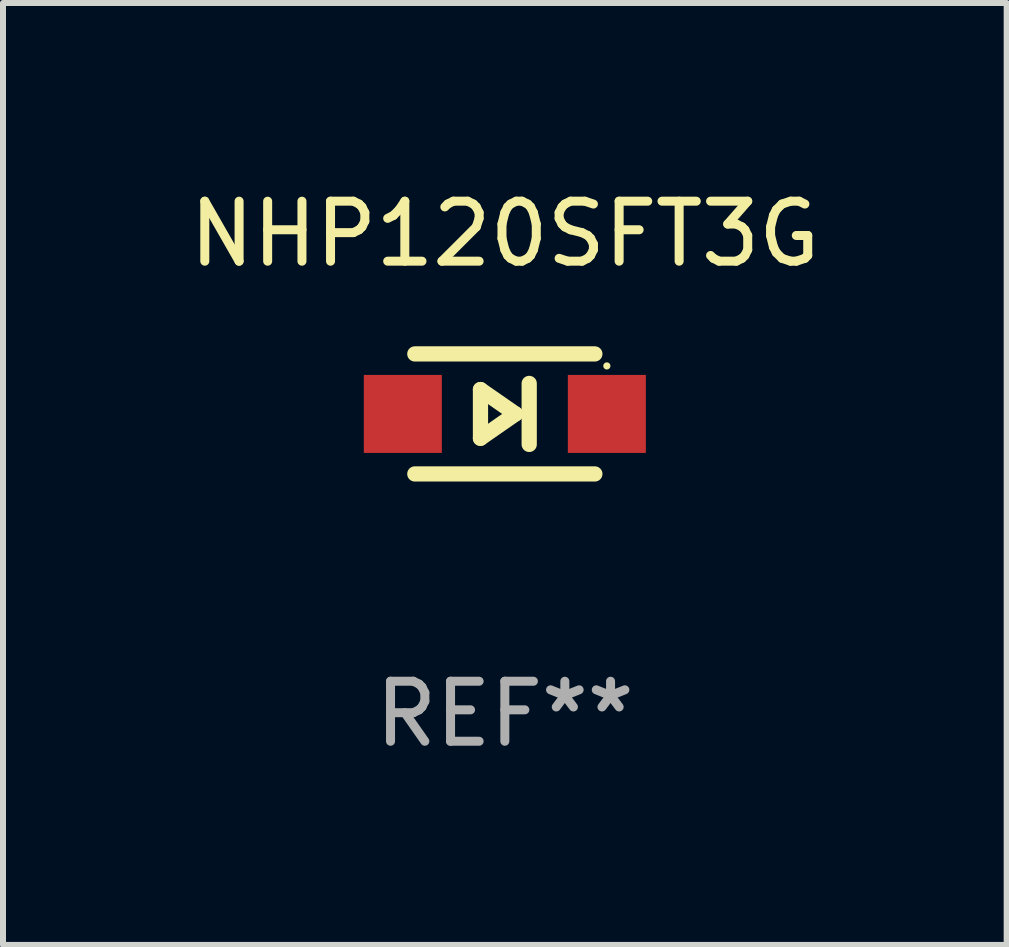
<source format=kicad_pcb>
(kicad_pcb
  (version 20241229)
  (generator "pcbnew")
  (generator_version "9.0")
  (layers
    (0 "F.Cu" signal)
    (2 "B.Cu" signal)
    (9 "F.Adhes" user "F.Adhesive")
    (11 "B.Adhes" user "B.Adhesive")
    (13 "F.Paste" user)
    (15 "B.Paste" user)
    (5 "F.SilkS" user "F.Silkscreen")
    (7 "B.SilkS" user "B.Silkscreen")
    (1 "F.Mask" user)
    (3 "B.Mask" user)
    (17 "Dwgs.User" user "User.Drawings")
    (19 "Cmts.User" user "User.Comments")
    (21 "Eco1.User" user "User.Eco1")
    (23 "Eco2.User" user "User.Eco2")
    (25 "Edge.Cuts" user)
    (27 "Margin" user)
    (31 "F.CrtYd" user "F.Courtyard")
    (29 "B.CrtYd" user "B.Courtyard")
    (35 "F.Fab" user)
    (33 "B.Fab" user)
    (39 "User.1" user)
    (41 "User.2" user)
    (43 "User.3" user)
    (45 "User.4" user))
  (footprint "NHP120SFT3G"
    (layer "F.Cu")
    (at 5.363 3.848)
    (property "Reference" "NHP120SFT3G" (at 0 -3 0) (layer "F.SilkS") (effects (font (size 1 1) (thickness 0.15))))
    (attr through_hole)
    (fp_line (start -1.5 -1) (end 1.5 -1) (stroke (width 0.254) (type solid)) (layer "F.SilkS"))
    (fp_line (start -0.406 -0.406) (end 0.178 0) (stroke (width 0.254) (type solid)) (layer "F.SilkS"))
    (fp_line (start -0.406 0.406) (end -0.406 -0.406) (stroke (width 0.254) (type solid)) (layer "F.SilkS"))
    (fp_line (start 0.178 0) (end -0.406 0.406) (stroke (width 0.254) (type solid)) (layer "F.SilkS"))
    (fp_line (start 0.406 0.508) (end 0.406 -0.508) (stroke (width 0.254) (type solid)) (layer "F.SilkS"))
    (fp_line (start 1.5 1) (end -1.5 1) (stroke (width 0.254) (type solid)) (layer "F.SilkS"))
    (fp_circle (center 1.7 -0.8) (end 1.73 -0.8) (stroke (width 0.06) (type solid)) (fill no) (layer "F.SilkS"))
    (fp_text user "REF**" (at 0 5 0) (layer "F.Fab") (effects (font (size 1 1) (thickness 0.15))))
    (pad "1" smd rect (at 1.7 0 180) (size 1.3 1.3) (layers "F.Cu" "F.Mask" "F.Paste"))
    (pad "2" smd rect (at -1.7 0 180) (size 1.3 1.3) (layers "F.Cu" "F.Mask" "F.Paste")))
  (gr_rect
    (start -3 -3)
    (end 13.726 12.697)
    (stroke (width 0.1) (type default))
    (fill no)
    (layer "Edge.Cuts")))
</source>
